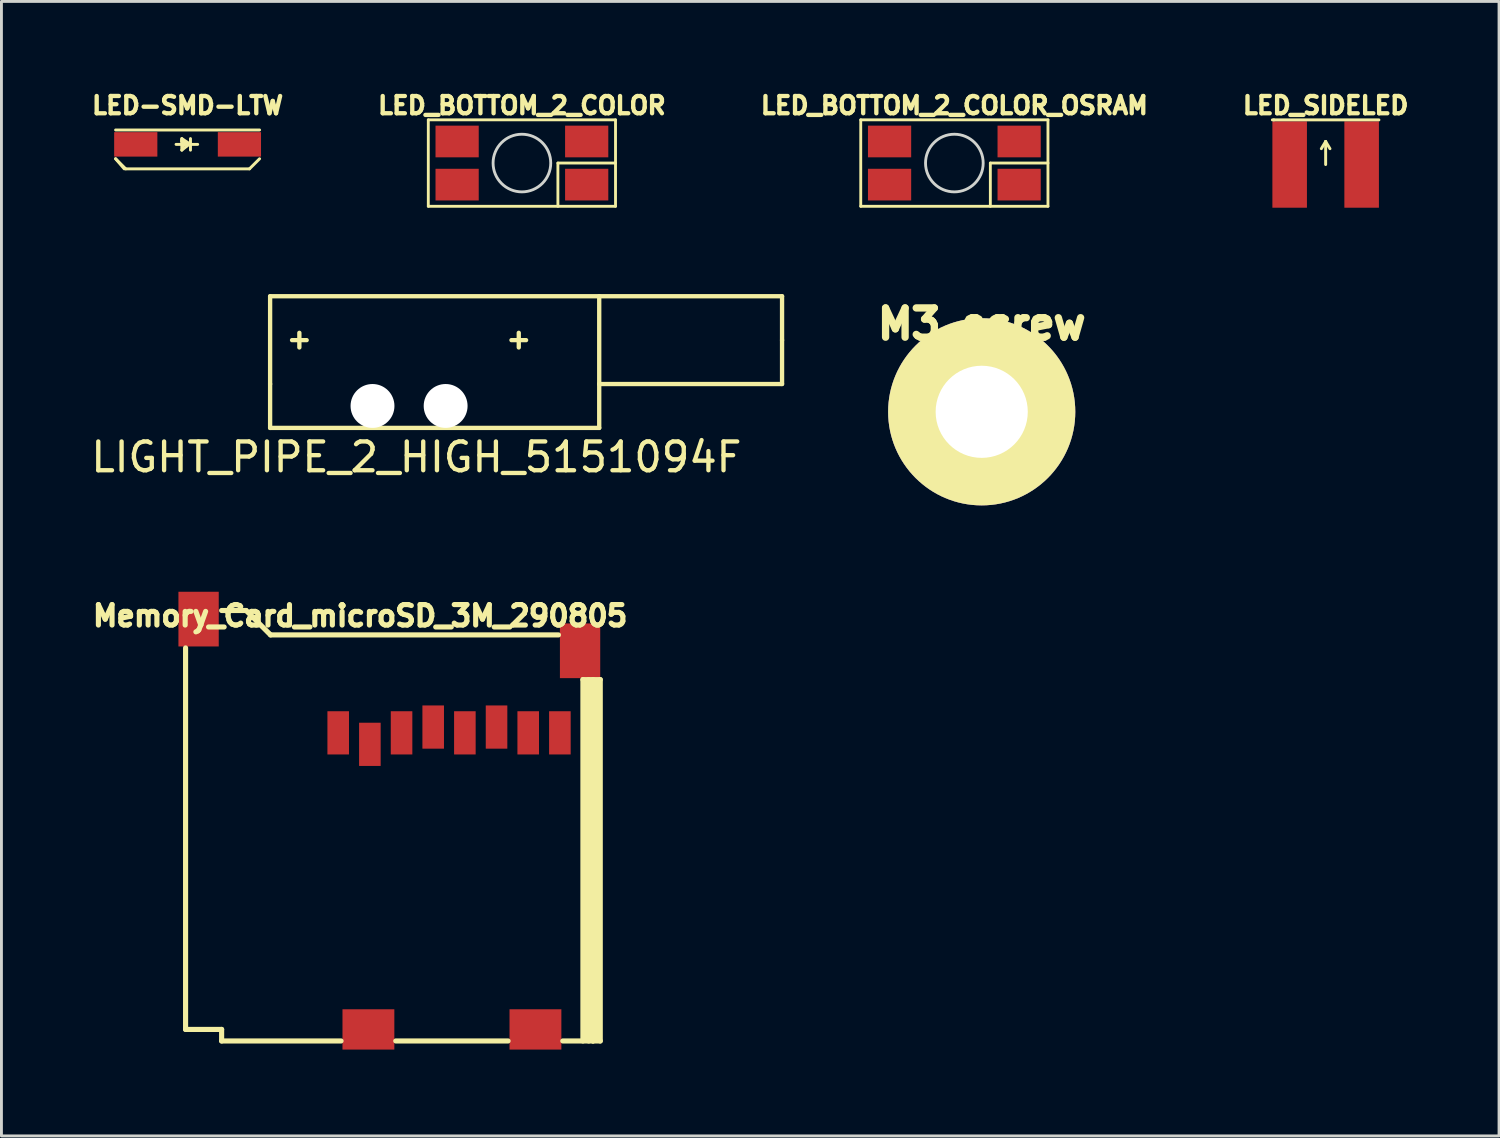
<source format=kicad_pcb>
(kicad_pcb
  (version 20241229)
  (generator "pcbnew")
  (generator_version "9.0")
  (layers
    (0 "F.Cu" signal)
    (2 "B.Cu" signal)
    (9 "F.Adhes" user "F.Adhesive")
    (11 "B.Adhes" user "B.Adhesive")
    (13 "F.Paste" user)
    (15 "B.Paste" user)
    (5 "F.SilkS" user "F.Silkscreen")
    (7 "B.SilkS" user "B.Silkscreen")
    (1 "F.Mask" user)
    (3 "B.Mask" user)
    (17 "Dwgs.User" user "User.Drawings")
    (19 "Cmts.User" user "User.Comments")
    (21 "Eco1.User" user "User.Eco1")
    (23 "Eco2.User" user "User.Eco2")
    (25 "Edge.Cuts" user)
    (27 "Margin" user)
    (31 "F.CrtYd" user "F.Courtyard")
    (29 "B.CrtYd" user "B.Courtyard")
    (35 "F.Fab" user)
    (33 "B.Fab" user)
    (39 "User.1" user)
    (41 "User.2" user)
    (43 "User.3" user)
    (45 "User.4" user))
  (footprint "LED_BOTTOM_2_COLOR_OSRAM"
    (layer "F.Cu")
    (at 30.095 2.613)
    (property "Reference" "LED_BOTTOM_2_COLOR_OSRAM" (at 0 -1.999 0) (layer "F.SilkS") (effects (font (size 0.599 0.599) (thickness 0.15))))
    (attr through_hole)
    (fp_line (start -3.251 -1.501) (end 3.251 -1.501) (stroke (width 0.099) (type solid)) (layer "F.SilkS"))
    (fp_line (start -3.251 1.501) (end -3.251 -1.501) (stroke (width 0.099) (type solid)) (layer "F.SilkS"))
    (fp_line (start 1.25 0) (end 3.251 0) (stroke (width 0.099) (type solid)) (layer "F.SilkS"))
    (fp_line (start 1.25 1.501) (end 1.25 0) (stroke (width 0.099) (type solid)) (layer "F.SilkS"))
    (fp_line (start 3.251 -1.501) (end 3.251 1.501) (stroke (width 0.099) (type solid)) (layer "F.SilkS"))
    (fp_line (start 3.251 1.501) (end -3.251 1.501) (stroke (width 0.099) (type solid)) (layer "F.SilkS"))
    (fp_circle (center 0 0) (end 1.001 0) (stroke (width 0.099) (type solid)) (fill no) (layer "Edge.Cuts"))
    (pad "1" smd rect (at 2.25 0.749) (size 1.501 1.1) (layers "F.Cu" "F.Mask" "F.Paste"))
    (pad "2" smd rect (at -2.25 0.749) (size 1.501 1.1) (layers "F.Cu" "F.Mask" "F.Paste"))
    (pad "3" smd rect (at -2.25 -0.749) (size 1.501 1.1) (layers "F.Cu" "F.Mask" "F.Paste"))
    (pad "4" smd rect (at 2.25 -0.749) (size 1.501 1.1) (layers "F.Cu" "F.Mask" "F.Paste")))
  (footprint "LED-SMD-LTW"
    (layer "F.Cu")
    (at 3.465 1.964)
    (property "Reference" "LED-SMD-LTW" (at 0 -1.35 0) (layer "F.SilkS") (effects (font (size 0.6 0.6) (thickness 0.15))))
    (attr through_hole)
    (fp_line (start -2.5 -0.5) (end 2.5 -0.5) (stroke (width 0.102) (type solid)) (layer "F.SilkS"))
    (fp_line (start -2.5 0.5) (end -2.2 0.85) (stroke (width 0.102) (type solid)) (layer "F.SilkS"))
    (fp_line (start -2.5 0.5) (end -2.15 0.85) (stroke (width 0.102) (type solid)) (layer "F.SilkS"))
    (fp_line (start -2.15 0.85) (end 2.15 0.85) (stroke (width 0.102) (type solid)) (layer "F.SilkS"))
    (fp_line (start -0.4 0) (end 0.35 0) (stroke (width 0.102) (type solid)) (layer "F.SilkS"))
    (fp_line (start -0.2 -0.2) (end 0.1 0) (stroke (width 0.102) (type solid)) (layer "F.SilkS"))
    (fp_line (start -0.2 -0.15) (end -0.2 -0.2) (stroke (width 0.102) (type solid)) (layer "F.SilkS"))
    (fp_line (start -0.2 -0.15) (end -0.2 -0.1) (stroke (width 0.102) (type solid)) (layer "F.SilkS"))
    (fp_line (start -0.2 -0.1) (end -0.2 0.2) (stroke (width 0.102) (type solid)) (layer "F.SilkS"))
    (fp_line (start -0.2 -0.1) (end -0.05 0) (stroke (width 0.102) (type solid)) (layer "F.SilkS"))
    (fp_line (start -0.2 0.2) (end 0.05 0) (stroke (width 0.102) (type solid)) (layer "F.SilkS"))
    (fp_line (start -0.15 0.05) (end -0.1 0) (stroke (width 0.102) (type solid)) (layer "F.SilkS"))
    (fp_line (start 0.05 0) (end -0.2 -0.15) (stroke (width 0.102) (type solid)) (layer "F.SilkS"))
    (fp_line (start 0.1 -0.2) (end 0.1 0.2) (stroke (width 0.102) (type solid)) (layer "F.SilkS"))
    (fp_line (start 2.15 0.85) (end 2.5 0.5) (stroke (width 0.102) (type solid)) (layer "F.SilkS"))
    (pad "1" smd rect (at -1.8 0) (size 1.5 0.85) (layers "F.Cu" "F.Mask" "F.Paste"))
    (pad "2" smd rect (at 1.8 0) (size 1.5 0.85) (layers "F.Cu" "F.Mask" "F.Paste")))
  (footprint "Memory_Card_microSD_3M_290805"
    (layer "F.Cu")
    (at 8.696 22.402)
    (property "Reference" "Memory_Card_microSD_3M_290805" (at 0.762 -4.064 0) (layer "F.SilkS") (effects (font (size 0.711 0.711) (thickness 0.178))))
    (attr through_hole)
    (fp_line (start -5.301 -2.949) (end -5.301 10.3) (stroke (width 0.178) (type solid)) (layer "F.SilkS"))
    (fp_line (start -5.301 10.3) (end -4.049 10.3) (stroke (width 0.178) (type solid)) (layer "F.SilkS"))
    (fp_line (start -4.049 10.701) (end -4.049 10.3) (stroke (width 0.178) (type solid)) (layer "F.SilkS"))
    (fp_line (start -3.2 -4.249) (end -4.049 -4.249) (stroke (width 0.178) (type solid)) (layer "F.SilkS"))
    (fp_line (start -2.349 -3.401) (end -3.2 -4.249) (stroke (width 0.178) (type solid)) (layer "F.SilkS"))
    (fp_line (start 0.099 10.701) (end -4.049 10.701) (stroke (width 0.178) (type solid)) (layer "F.SilkS"))
    (fp_line (start 5.9 10.701) (end 1.999 10.701) (stroke (width 0.178) (type solid)) (layer "F.SilkS"))
    (fp_line (start 7.65 -3.401) (end -2.349 -3.401) (stroke (width 0.178) (type solid)) (layer "F.SilkS"))
    (fp_line (start 8.499 -1.849) (end 8.499 10.701) (stroke (width 0.178) (type solid)) (layer "F.SilkS"))
    (fp_line (start 8.6 10.65) (end 8.6 -1.801) (stroke (width 0.178) (type solid)) (layer "F.SilkS"))
    (fp_line (start 8.7 -1.849) (end 8.7 10.701) (stroke (width 0.178) (type solid)) (layer "F.SilkS"))
    (fp_line (start 8.849 -1.849) (end 8.849 10.701) (stroke (width 0.178) (type solid)) (layer "F.SilkS"))
    (fp_line (start 8.849 10.701) (end 7.8 10.701) (stroke (width 0.178) (type solid)) (layer "F.SilkS"))
    (fp_line (start 8.951 10.65) (end 8.951 -1.801) (stroke (width 0.178) (type solid)) (layer "F.SilkS"))
    (fp_line (start 9.101 -1.849) (end 8.499 -1.849) (stroke (width 0.178) (type solid)) (layer "F.SilkS"))
    (fp_line (start 9.101 -1.849) (end 9.101 10.701) (stroke (width 0.178) (type solid)) (layer "F.SilkS"))
    (fp_line (start 9.101 10.701) (end 8.849 10.701) (stroke (width 0.178) (type solid)) (layer "F.SilkS"))
    (pad "1" smd rect (at 1.1 0.399) (size 0.749 1.501) (layers "F.Cu" "F.Mask" "F.Paste"))
    (pad "2" smd rect (at 2.2 0) (size 0.749 1.501) (layers "F.Cu" "F.Mask" "F.Paste"))
    (pad "4" smd rect (at 3.299 -0.201) (size 0.749 1.501) (layers "F.Cu" "F.Mask" "F.Paste"))
    (pad "5" smd rect (at 4.399 0) (size 0.749 1.501) (layers "F.Cu" "F.Mask" "F.Paste"))
    (pad "6" smd rect (at 5.499 -0.201) (size 0.749 1.501) (layers "F.Cu" "F.Mask" "F.Paste"))
    (pad "7" smd rect (at 6.599 0) (size 0.749 1.501) (layers "F.Cu" "F.Mask" "F.Paste"))
    (pad "8" smd rect (at 7.699 0) (size 0.749 1.501) (layers "F.Cu" "F.Mask" "F.Paste"))
    (pad "9" smd rect (at -4.849 -3.95) (size 1.4 1.9) (layers "F.Cu" "F.Mask" "F.Paste"))
    (pad "9" smd rect (at 0 0) (size 0.749 1.501) (layers "F.Cu" "F.Mask" "F.Paste"))
    (pad "9" smd rect (at 1.049 10.3) (size 1.801 1.4) (layers "F.Cu" "F.Mask" "F.Paste"))
    (pad "9" smd rect (at 6.85 10.3) (size 1.801 1.4) (layers "F.Cu" "F.Mask" "F.Paste"))
    (pad "9" smd rect (at 8.4 -2.85) (size 1.4 1.9) (layers "F.Cu" "F.Mask" "F.Paste")))
  (footprint "LED_BOTTOM_2_COLOR"
    (layer "F.Cu")
    (at 15.076 2.613)
    (property "Reference" "LED_BOTTOM_2_COLOR" (at 0 -1.999 0) (layer "F.SilkS") (effects (font (size 0.599 0.599) (thickness 0.15))))
    (attr through_hole)
    (fp_line (start -3.251 -1.501) (end 3.251 -1.501) (stroke (width 0.099) (type solid)) (layer "F.SilkS"))
    (fp_line (start -3.251 1.501) (end -3.251 -1.501) (stroke (width 0.099) (type solid)) (layer "F.SilkS"))
    (fp_line (start 1.25 0) (end 3.251 0) (stroke (width 0.099) (type solid)) (layer "F.SilkS"))
    (fp_line (start 1.25 1.501) (end 1.25 0) (stroke (width 0.099) (type solid)) (layer "F.SilkS"))
    (fp_line (start 3.251 -1.501) (end 3.251 1.501) (stroke (width 0.099) (type solid)) (layer "F.SilkS"))
    (fp_line (start 3.251 1.501) (end -3.251 1.501) (stroke (width 0.099) (type solid)) (layer "F.SilkS"))
    (fp_circle (center 0 0) (end 1.001 0) (stroke (width 0.099) (type solid)) (fill no) (layer "Edge.Cuts"))
    (pad "A1" smd rect (at -2.25 0.749) (size 1.501 1.1) (layers "F.Cu" "F.Mask" "F.Paste"))
    (pad "A2" smd rect (at 2.25 -0.749) (size 1.501 1.1) (layers "F.Cu" "F.Mask" "F.Paste"))
    (pad "K" smd rect (at -2.25 -0.749) (size 1.501 1.1) (layers "F.Cu" "F.Mask" "F.Paste"))
    (pad "K" smd rect (at 2.25 0.749) (size 1.501 1.1) (layers "F.Cu" "F.Mask" "F.Paste")))
  (footprint "LED_SIDELED"
    (layer "F.Cu")
    (at 42.99 2.664)
    (property "Reference" "LED_SIDELED" (at 0 -2.05 0) (layer "F.SilkS") (effects (font (size 0.6 0.6) (thickness 0.15))))
    (attr through_hole)
    (fp_line (start -1.8 -1.55) (end -1.85 -1.55) (stroke (width 0.102) (type solid)) (layer "F.SilkS"))
    (fp_line (start 0 -0.8) (end -0.15 -0.55) (stroke (width 0.102) (type solid)) (layer "F.SilkS"))
    (fp_line (start 0 -0.8) (end 0.15 -0.55) (stroke (width 0.102) (type solid)) (layer "F.SilkS"))
    (fp_line (start 0 0) (end 0 -0.8) (stroke (width 0.102) (type solid)) (layer "F.SilkS"))
    (fp_line (start 1.85 -1.55) (end -1.8 -1.55) (stroke (width 0.102) (type solid)) (layer "F.SilkS"))
    (pad "1" smd rect (at -1.25 0) (size 1.2 3) (layers "F.Cu" "F.Mask" "F.Paste"))
    (pad "2" smd rect (at 1.25 0) (size 1.2 3) (layers "F.Cu" "F.Mask" "F.Paste")))
  (footprint "LIGHT_PIPE_2_HIGH_5151094F"
    (layer "F.Cu")
    (at 9.887 11.049)
    (property "Reference" "LIGHT_PIPE_2_HIGH_5151094F" (at 1.524 1.778 0) (layer "F.SilkS") (effects (font (size 1 1) (thickness 0.15))))
    (attr through_hole)
    (fp_line (start -3.556 -3.81) (end -3.556 -0.762) (stroke (width 0.15) (type solid)) (layer "F.SilkS"))
    (fp_line (start -3.556 -0.762) (end -3.556 0.762) (stroke (width 0.15) (type solid)) (layer "F.SilkS"))
    (fp_line (start -3.556 0.762) (end 7.874 0.762) (stroke (width 0.15) (type solid)) (layer "F.SilkS"))
    (fp_line (start -2.794 -2.286) (end -2.286 -2.286) (stroke (width 0.15) (type solid)) (layer "F.SilkS"))
    (fp_line (start -2.54 -2.54) (end -2.54 -2.032) (stroke (width 0.15) (type solid)) (layer "F.SilkS"))
    (fp_line (start 4.826 -2.286) (end 5.334 -2.286) (stroke (width 0.15) (type solid)) (layer "F.SilkS"))
    (fp_line (start 5.08 -2.54) (end 5.08 -2.032) (stroke (width 0.15) (type solid)) (layer "F.SilkS"))
    (fp_line (start 7.874 -0.762) (end 7.874 -3.81) (stroke (width 0.15) (type solid)) (layer "F.SilkS"))
    (fp_line (start 7.874 -0.762) (end 14.224 -0.762) (stroke (width 0.15) (type solid)) (layer "F.SilkS"))
    (fp_line (start 7.874 0.762) (end 7.874 -0.762) (stroke (width 0.15) (type solid)) (layer "F.SilkS"))
    (fp_line (start 14.224 -3.81) (end -3.556 -3.81) (stroke (width 0.15) (type solid)) (layer "F.SilkS"))
    (fp_line (start 14.224 -2.286) (end 14.224 -3.81) (stroke (width 0.15) (type solid)) (layer "F.SilkS"))
    (fp_line (start 14.224 -2.286) (end 14.224 -0.762) (stroke (width 0.15) (type solid)) (layer "F.SilkS"))
    (pad "" np_thru_hole circle (at 0 0) (size 1.524 1.524) (drill 1.524) (layers "*.Cu" "*.Mask"))
    (pad "" np_thru_hole circle (at 2.54 0) (size 1.524 1.524) (drill 1.524) (layers "*.Cu" "*.Mask")))
  (footprint "M3_screw"
    (layer "F.Cu")
    (at 31.045 11.252)
    (property "Reference" "M3_screw" (at 0 -3.048 0) (layer "F.SilkS") (effects (font (size 1.016 1.016) (thickness 0.254))))
    (attr through_hole)
    (pad "1" thru_hole circle (at 0 0) (size 6.5 6.5) (drill 3.2) (layers "*.Cu" "*.Mask" "F.SilkS")))
  (gr_rect
    (start -3 -3)
    (end 49.012 36.401)
    (stroke (width 0.1) (type default))
    (fill no)
    (layer "Edge.Cuts")))
</source>
